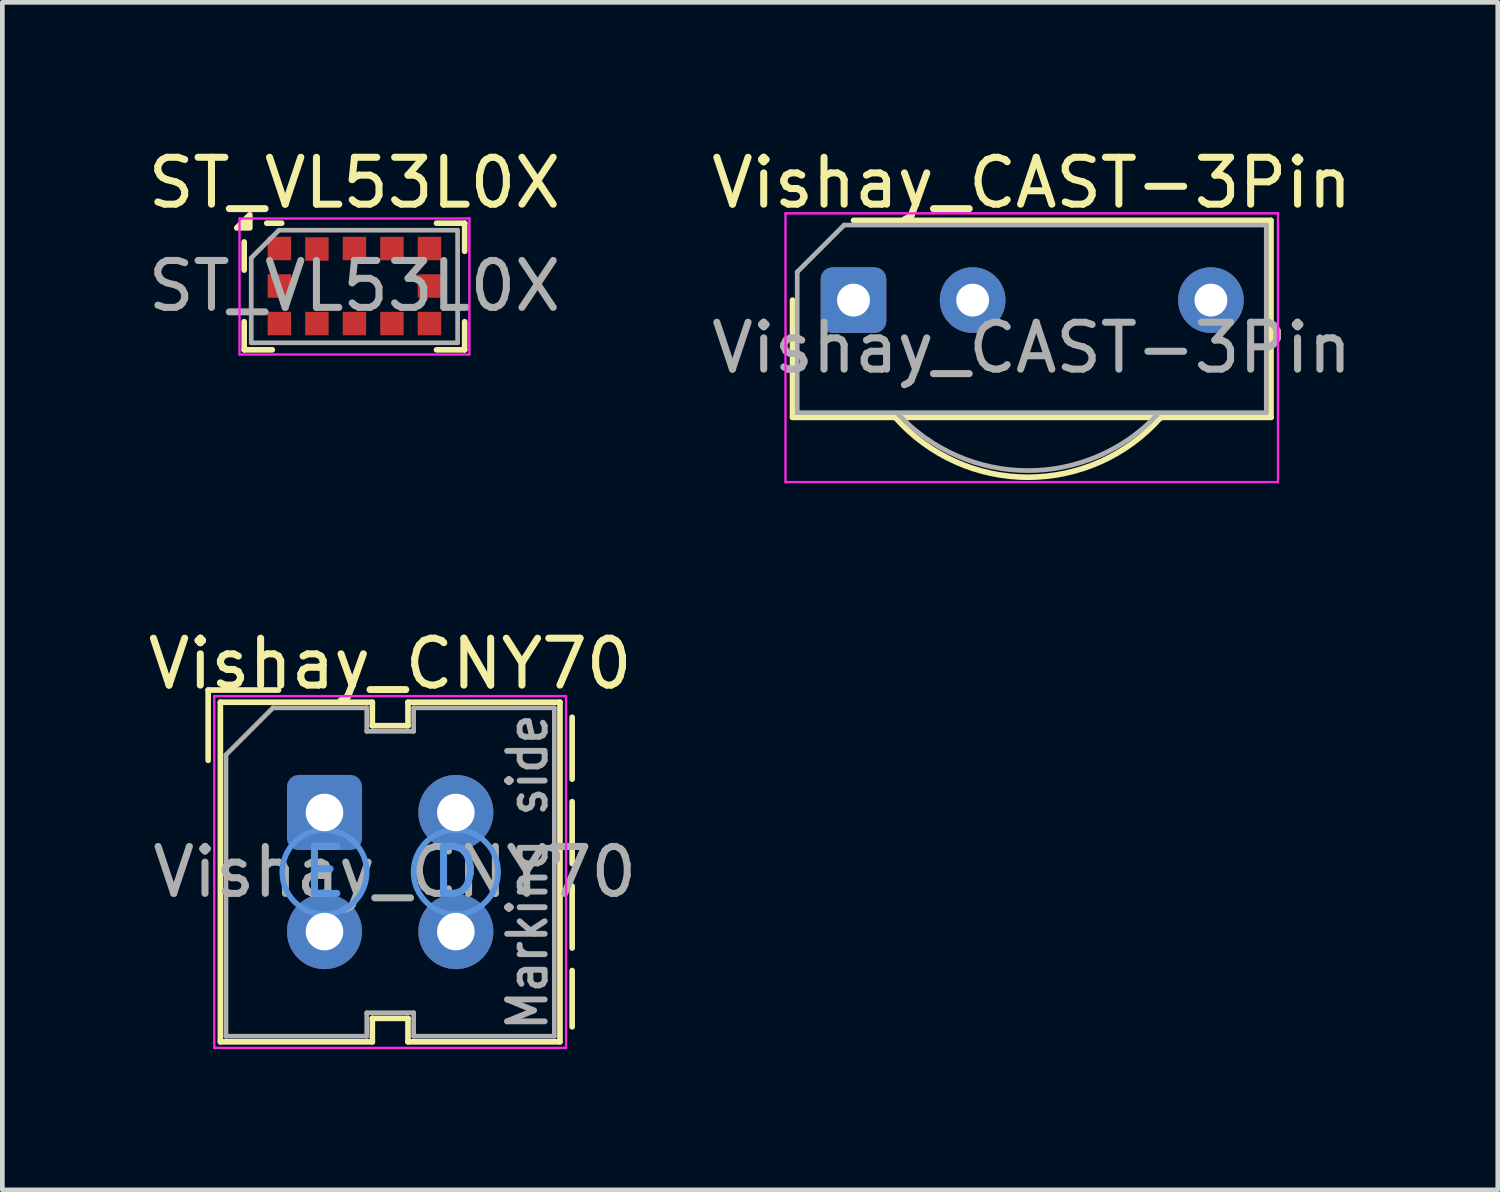
<source format=kicad_pcb>
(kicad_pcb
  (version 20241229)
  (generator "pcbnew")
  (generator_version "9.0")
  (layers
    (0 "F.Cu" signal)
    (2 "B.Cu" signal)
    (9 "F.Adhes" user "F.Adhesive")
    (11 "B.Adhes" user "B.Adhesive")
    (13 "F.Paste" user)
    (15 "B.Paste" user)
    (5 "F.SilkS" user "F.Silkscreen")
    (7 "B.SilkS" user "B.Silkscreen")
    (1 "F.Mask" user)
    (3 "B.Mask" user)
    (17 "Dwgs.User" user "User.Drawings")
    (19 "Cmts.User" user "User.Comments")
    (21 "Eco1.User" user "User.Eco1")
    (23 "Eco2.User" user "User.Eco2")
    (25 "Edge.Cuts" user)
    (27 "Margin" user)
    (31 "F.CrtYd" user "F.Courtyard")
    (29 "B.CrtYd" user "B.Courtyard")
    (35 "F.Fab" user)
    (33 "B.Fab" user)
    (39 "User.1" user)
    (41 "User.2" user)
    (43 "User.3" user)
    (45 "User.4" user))
  (footprint "Vishay_CNY70"
    (layer "F.Cu")
    (at 3.868 14.271)
    (property "Reference" "Vishay_CNY70" (at 1.4 -3.17 0) (layer "F.SilkS") (effects (font (size 1 1) (thickness 0.15))))
    (attr through_hole)
    (fp_line (start -2.48 -2.61) (end -2.48 -1.11) (stroke (width 0.12) (type default)) (layer "F.SilkS"))
    (fp_line (start -2.48 -2.61) (end -0.98 -2.61) (stroke (width 0.12) (type default)) (layer "F.SilkS"))
    (fp_line (start -2.22 -2.35) (end -2.22 4.89) (stroke (width 0.12) (type solid)) (layer "F.SilkS"))
    (fp_line (start 1.02 -2.35) (end -2.22 -2.35) (stroke (width 0.12) (type solid)) (layer "F.SilkS"))
    (fp_line (start 1.02 -2.35) (end 1.02 -1.85) (stroke (width 0.12) (type default)) (layer "F.SilkS"))
    (fp_line (start 1.02 -1.85) (end 1.78 -1.85) (stroke (width 0.12) (type default)) (layer "F.SilkS"))
    (fp_line (start 1.02 4.39) (end 1.02 4.89) (stroke (width 0.12) (type default)) (layer "F.SilkS"))
    (fp_line (start 1.02 4.89) (end -2.22 4.89) (stroke (width 0.12) (type default)) (layer "F.SilkS"))
    (fp_line (start 1.78 -2.35) (end 5.02 -2.35) (stroke (width 0.12) (type default)) (layer "F.SilkS"))
    (fp_line (start 1.78 -1.85) (end 1.78 -2.35) (stroke (width 0.12) (type default)) (layer "F.SilkS"))
    (fp_line (start 1.78 4.39) (end 1.02 4.39) (stroke (width 0.12) (type default)) (layer "F.SilkS"))
    (fp_line (start 1.78 4.89) (end 1.78 4.39) (stroke (width 0.12) (type default)) (layer "F.SilkS"))
    (fp_line (start 1.78 4.89) (end 5.02 4.89) (stroke (width 0.12) (type solid)) (layer "F.SilkS"))
    (fp_line (start 5.02 4.89) (end 5.02 -2.35) (stroke (width 0.12) (type solid)) (layer "F.SilkS"))
    (fp_line (start 5.28 -2.03) (end 5.28 4.57) (stroke (width 0.12) (type dash)) (layer "F.SilkS"))
    (fp_circle (center 0 1.27) (end 0.9 1.27) (stroke (width 0.12) (type default)) (fill no) (layer "Cmts.User"))
    (fp_circle (center 2.8 1.27) (end 3.7 1.27) (stroke (width 0.12) (type default)) (fill no) (layer "Cmts.User"))
    (fp_line (start -2.35 -2.48) (end -2.35 5.02) (stroke (width 0.05) (type solid)) (layer "F.CrtYd"))
    (fp_line (start -2.35 -2.48) (end 5.15 -2.48) (stroke (width 0.05) (type solid)) (layer "F.CrtYd"))
    (fp_line (start 5.15 5.02) (end -2.35 5.02) (stroke (width 0.05) (type solid)) (layer "F.CrtYd"))
    (fp_line (start 5.15 5.02) (end 5.15 -2.48) (stroke (width 0.05) (type solid)) (layer "F.CrtYd"))
    (fp_line (start -2.1 -1.23) (end -1.1 -2.23) (stroke (width 0.1) (type solid)) (layer "F.Fab"))
    (fp_line (start -2.1 4.77) (end -2.1 -1.23) (stroke (width 0.1) (type solid)) (layer "F.Fab"))
    (fp_line (start -1.1 -2.23) (end 0.9 -2.23) (stroke (width 0.1) (type solid)) (layer "F.Fab"))
    (fp_line (start 0.9 -2.23) (end 0.9 -1.73) (stroke (width 0.1) (type solid)) (layer "F.Fab"))
    (fp_line (start 0.9 -1.73) (end 1.9 -1.73) (stroke (width 0.1) (type solid)) (layer "F.Fab"))
    (fp_line (start 0.9 4.27) (end 0.9 4.77) (stroke (width 0.1) (type solid)) (layer "F.Fab"))
    (fp_line (start 0.9 4.77) (end -2.1 4.77) (stroke (width 0.1) (type solid)) (layer "F.Fab"))
    (fp_line (start 1.9 -2.23) (end 4.9 -2.23) (stroke (width 0.1) (type default)) (layer "F.Fab"))
    (fp_line (start 1.9 -1.73) (end 1.9 -2.23) (stroke (width 0.1) (type solid)) (layer "F.Fab"))
    (fp_line (start 1.9 4.27) (end 0.9 4.27) (stroke (width 0.1) (type solid)) (layer "F.Fab"))
    (fp_line (start 1.9 4.77) (end 1.9 4.27) (stroke (width 0.1) (type solid)) (layer "F.Fab"))
    (fp_line (start 1.9 4.77) (end 4.9 4.77) (stroke (width 0.1) (type default)) (layer "F.Fab"))
    (fp_line (start 4.9 -2.23) (end 4.9 4.77) (stroke (width 0.1) (type solid)) (layer "F.Fab"))
    (fp_text user "D" (at 2.8 1.27 0) (layer "Cmts.User") (effects (font (size 1 1) (thickness 0.15))))
    (fp_text user "E" (at 0 1.27 0) (layer "Cmts.User") (effects (font (size 1 1) (thickness 0.15))))
    (fp_text user "${REFERENCE}" (at 1.5 1.27 0) (layer "F.Fab") (effects (font (size 1 1) (thickness 0.15))))
    (fp_text user "Marking side" (at 4.33 1.27 90) (layer "F.Fab") (effects (font (size 0.8 0.7) (thickness 0.125))))
    (pad "1" thru_hole roundrect (at 0 0) (size 1.6 1.6) (drill 0.8) (layers "*.Cu" "*.Mask") (roundrect_rratio 0.156))
    (pad "2" thru_hole circle (at 0 2.54) (size 1.6 1.6) (drill 0.8) (layers "*.Cu" "*.Mask"))
    (pad "3" thru_hole circle (at 2.8 2.54) (size 1.6 1.6) (drill 0.8) (layers "*.Cu" "*.Mask"))
    (pad "4" thru_hole circle (at 2.8 0) (size 1.6 1.6) (drill 0.8) (layers "*.Cu" "*.Mask")))
  (footprint "ST_VL53L0X"
    (layer "F.Cu")
    (at 4.506 3.048)
    (property "Reference" "ST_VL53L0X" (at 0 -2.2 180) (layer "F.SilkS") (effects (font (size 1 1) (thickness 0.15))))
    (attr smd)
    (fp_line (start -2.35 -0.94) (end -2.35 -0.34) (stroke (width 0.12) (type solid)) (layer "F.SilkS"))
    (fp_line (start -2.35 1.36) (end -2.35 0.76) (stroke (width 0.12) (type solid)) (layer "F.SilkS"))
    (fp_line (start -1.87 -1.34) (end -1.55 -1.34) (stroke (width 0.12) (type solid)) (layer "F.SilkS"))
    (fp_line (start -1.75 1.36) (end -2.35 1.36) (stroke (width 0.12) (type solid)) (layer "F.SilkS"))
    (fp_line (start 1.75 -1.34) (end 2.35 -1.34) (stroke (width 0.12) (type solid)) (layer "F.SilkS"))
    (fp_line (start 2.35 -1.34) (end 2.35 -0.74) (stroke (width 0.12) (type solid)) (layer "F.SilkS"))
    (fp_line (start 2.35 0.76) (end 2.35 1.36) (stroke (width 0.12) (type solid)) (layer "F.SilkS"))
    (fp_line (start 2.35 1.36) (end 1.75 1.36) (stroke (width 0.12) (type solid)) (layer "F.SilkS"))
    (fp_poly (pts (xy -2.23 -1.24) (xy -2.51 -1.24) (xy -2.23 -1.52) (xy -2.23 -1.24)) (stroke (width 0.12) (type solid)) (fill yes) (layer "F.SilkS"))
    (fp_line (start -2.45 -1.44) (end -2.45 1.46) (stroke (width 0.05) (type solid)) (layer "F.CrtYd"))
    (fp_line (start -2.45 1.46) (end 2.45 1.46) (stroke (width 0.05) (type solid)) (layer "F.CrtYd"))
    (fp_line (start 2.45 -1.44) (end -2.45 -1.44) (stroke (width 0.05) (type solid)) (layer "F.CrtYd"))
    (fp_line (start 2.45 1.46) (end 2.45 -1.44) (stroke (width 0.05) (type solid)) (layer "F.CrtYd"))
    (fp_line (start -2.2 1.21) (end -2.2 -0.59) (stroke (width 0.1) (type solid)) (layer "F.Fab"))
    (fp_line (start -1.61 -1.19) (end -2.2 -0.6) (stroke (width 0.1) (type solid)) (layer "F.Fab"))
    (fp_line (start -1.6 -1.19) (end 2.2 -1.19) (stroke (width 0.1) (type solid)) (layer "F.Fab"))
    (fp_line (start 2.2 -1.19) (end 2.2 1.21) (stroke (width 0.1) (type solid)) (layer "F.Fab"))
    (fp_line (start 2.2 1.21) (end -2.2 1.21) (stroke (width 0.1) (type solid)) (layer "F.Fab"))
    (fp_text user "${REFERENCE}" (at 0 0 180) (layer "F.Fab") (effects (font (size 1 1) (thickness 0.15))))
    (pad "1" smd rect (at -1.6 -0.8 90) (size 0.5 0.5) (layers "F.Cu" "F.Mask" "F.Paste"))
    (pad "2" smd rect (at -0.8 -0.79 90) (size 0.5 0.5) (layers "F.Cu" "F.Mask" "F.Paste"))
    (pad "3" smd rect (at 0 -0.8 90) (size 0.5 0.5) (layers "F.Cu" "F.Mask" "F.Paste"))
    (pad "4" smd rect (at 0.8 -0.8 90) (size 0.5 0.5) (layers "F.Cu" "F.Mask" "F.Paste"))
    (pad "5" smd rect (at 1.6 -0.8 90) (size 0.5 0.5) (layers "F.Cu" "F.Mask" "F.Paste"))
    (pad "6" smd rect (at 1.6 0 90) (size 0.5 0.5) (layers "F.Cu" "F.Mask" "F.Paste"))
    (pad "7" smd rect (at 1.6 0.8 90) (size 0.5 0.5) (layers "F.Cu" "F.Mask" "F.Paste"))
    (pad "8" smd rect (at 0.8 0.8 90) (size 0.5 0.5) (layers "F.Cu" "F.Mask" "F.Paste"))
    (pad "9" smd rect (at 0 0.8 90) (size 0.5 0.5) (layers "F.Cu" "F.Mask" "F.Paste"))
    (pad "10" smd rect (at -0.8 0.8 90) (size 0.5 0.5) (layers "F.Cu" "F.Mask" "F.Paste"))
    (pad "11" smd rect (at -1.6 0.8 90) (size 0.5 0.5) (layers "F.Cu" "F.Mask" "F.Paste"))
    (pad "12" smd rect (at -1.6 0 90) (size 0.5 0.5) (layers "F.Cu" "F.Mask" "F.Paste")))
  (footprint "Vishay_CAST-3Pin"
    (layer "F.Cu")
    (at 15.146 3.348)
    (property "Reference" "Vishay_CAST-3Pin" (at 3.8 -2.5 0) (layer "F.SilkS") (effects (font (size 1 1) (thickness 0.15))))
    (attr through_hole)
    (fp_line (start -1.3 0) (end -1.3 2.5) (stroke (width 0.12) (type solid)) (layer "F.SilkS"))
    (fp_line (start -1.3 2.5) (end 0.9 2.5) (stroke (width 0.12) (type solid)) (layer "F.SilkS"))
    (fp_line (start 0.9 2.5) (end 6.6 2.5) (stroke (width 0.12) (type solid)) (layer "F.SilkS"))
    (fp_line (start 6.5 2.5) (end 8.9 2.5) (stroke (width 0.12) (type solid)) (layer "F.SilkS"))
    (fp_line (start 8.9 -1.7) (end 0 -1.7) (stroke (width 0.12) (type solid)) (layer "F.SilkS"))
    (fp_line (start 8.9 2.5) (end 8.9 -1.7) (stroke (width 0.12) (type solid)) (layer "F.SilkS"))
    (fp_arc (start 6.55 2.5) (mid 3.722825 3.776095) (end 0.893744 2.504232) (stroke (width 0.12) (type solid)) (layer "F.SilkS"))
    (fp_line (start -1.45 -1.85) (end -1.45 3.88) (stroke (width 0.05) (type solid)) (layer "F.CrtYd"))
    (fp_line (start -1.45 -1.85) (end 9.05 -1.85) (stroke (width 0.05) (type solid)) (layer "F.CrtYd"))
    (fp_line (start 9.05 3.88) (end -1.45 3.88) (stroke (width 0.05) (type solid)) (layer "F.CrtYd"))
    (fp_line (start 9.05 3.88) (end 9.05 -1.85) (stroke (width 0.05) (type solid)) (layer "F.CrtYd"))
    (fp_line (start -1.2 2.4) (end -1.2 -0.6) (stroke (width 0.1) (type solid)) (layer "F.Fab"))
    (fp_line (start -0.2 -1.6) (end -1.2 -0.6) (stroke (width 0.1) (type solid)) (layer "F.Fab"))
    (fp_line (start -0.2 -1.6) (end 8.8 -1.6) (stroke (width 0.1) (type solid)) (layer "F.Fab"))
    (fp_line (start 8.8 -1.6) (end 8.8 2.4) (stroke (width 0.1) (type solid)) (layer "F.Fab"))
    (fp_line (start 8.8 2.4) (end -1.2 2.4) (stroke (width 0.1) (type solid)) (layer "F.Fab"))
    (fp_arc (start 6.47 2.45) (mid 3.710489 3.634496) (end 0.956966 2.436144) (stroke (width 0.1) (type solid)) (layer "F.Fab"))
    (fp_text user "${REFERENCE}" (at 3.8 1.017 0) (layer "F.Fab") (effects (font (size 1 1) (thickness 0.15))))
    (pad "1" thru_hole roundrect (at 0 0) (size 1.4 1.4) (drill 0.7) (layers "*.Cu" "*.Mask") (roundrect_rratio 0.178))
    (pad "2" thru_hole circle (at 2.54 0) (size 1.4 1.4) (drill 0.7) (layers "*.Cu" "*.Mask"))
    (pad "3" thru_hole circle (at 7.62 0) (size 1.4 1.4) (drill 0.7) (layers "*.Cu" "*.Mask")))
  (gr_rect
    (start -3 -3)
    (end 28.881 22.317)
    (stroke (width 0.1) (type default))
    (fill no)
    (layer "Edge.Cuts")))
</source>
